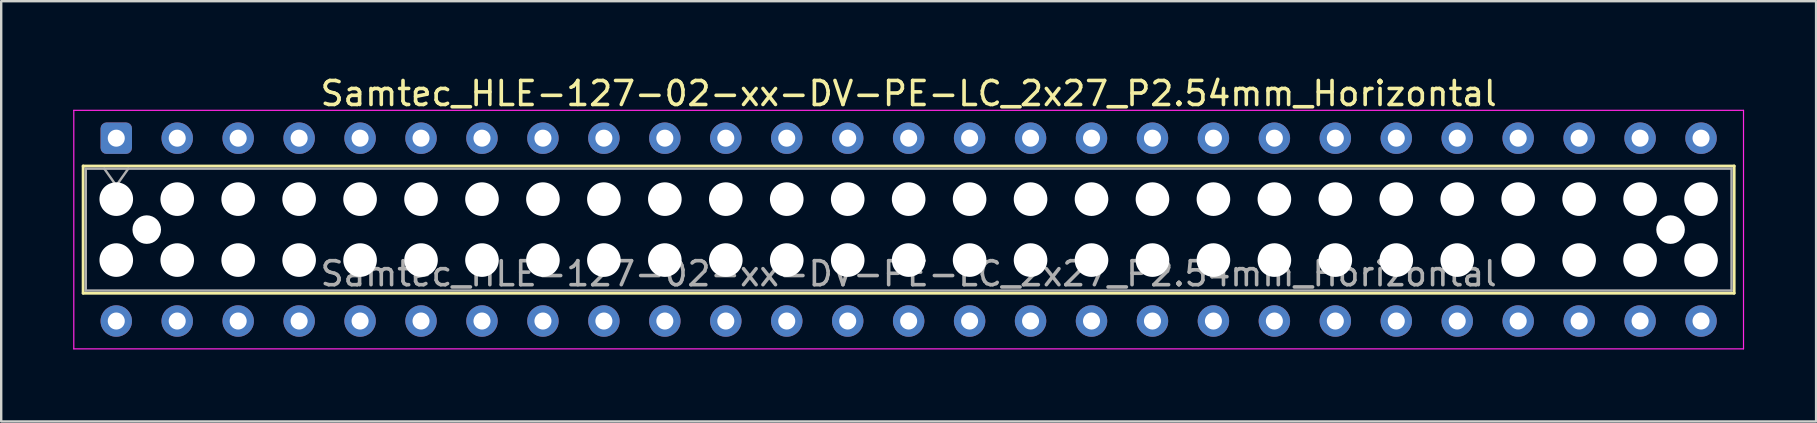
<source format=kicad_pcb>
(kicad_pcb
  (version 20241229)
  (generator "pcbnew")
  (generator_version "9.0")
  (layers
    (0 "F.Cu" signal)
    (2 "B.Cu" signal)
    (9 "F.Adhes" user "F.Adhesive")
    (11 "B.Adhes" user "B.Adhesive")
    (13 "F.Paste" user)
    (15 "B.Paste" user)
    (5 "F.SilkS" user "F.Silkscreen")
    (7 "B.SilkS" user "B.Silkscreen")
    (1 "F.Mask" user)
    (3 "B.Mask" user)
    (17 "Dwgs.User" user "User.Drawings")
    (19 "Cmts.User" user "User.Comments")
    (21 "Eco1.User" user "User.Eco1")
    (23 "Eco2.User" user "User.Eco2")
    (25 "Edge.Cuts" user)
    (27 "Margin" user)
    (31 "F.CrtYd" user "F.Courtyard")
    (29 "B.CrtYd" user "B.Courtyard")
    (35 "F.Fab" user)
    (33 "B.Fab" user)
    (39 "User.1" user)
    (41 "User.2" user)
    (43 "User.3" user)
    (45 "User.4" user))
  (footprint "Samtec_HLE-127-02-xx-DV-PE-LC_2x27_P2.54mm_Horizontal"
    (layer "F.Cu")
    (at 1.795 2.708)
    (property "Reference" "Samtec_HLE-127-02-xx-DV-PE-LC_2x27_P2.54mm_Horizontal" (at 33.02 -1.86 0) (layer "F.SilkS") (effects (font (size 1 1) (thickness 0.15))))
    (attr through_hole)
    (fp_line (start -1.38 1.16) (end 67.42 1.16) (stroke (width 0.12) (type solid)) (layer "F.SilkS"))
    (fp_line (start -1.38 6.46) (end -1.38 1.16) (stroke (width 0.12) (type solid)) (layer "F.SilkS"))
    (fp_line (start 67.42 1.16) (end 67.42 6.46) (stroke (width 0.12) (type solid)) (layer "F.SilkS"))
    (fp_line (start 67.42 6.46) (end -1.38 6.46) (stroke (width 0.12) (type solid)) (layer "F.SilkS"))
    (fp_line (start -1.77 -1.16) (end 67.81 -1.16) (stroke (width 0.05) (type solid)) (layer "F.CrtYd"))
    (fp_line (start -1.77 8.78) (end -1.77 -1.16) (stroke (width 0.05) (type solid)) (layer "F.CrtYd"))
    (fp_line (start 67.81 -1.16) (end 67.81 8.78) (stroke (width 0.05) (type solid)) (layer "F.CrtYd"))
    (fp_line (start 67.81 8.78) (end -1.77 8.78) (stroke (width 0.05) (type solid)) (layer "F.CrtYd"))
    (fp_line (start -1.27 1.27) (end 67.31 1.27) (stroke (width 0.1) (type solid)) (layer "F.Fab"))
    (fp_line (start -1.27 6.35) (end -1.27 1.27) (stroke (width 0.1) (type solid)) (layer "F.Fab"))
    (fp_line (start -0.5 1.27) (end 0 1.977) (stroke (width 0.1) (type solid)) (layer "F.Fab"))
    (fp_line (start 0 1.977) (end 0.5 1.27) (stroke (width 0.1) (type solid)) (layer "F.Fab"))
    (fp_line (start 67.31 1.27) (end 67.31 6.35) (stroke (width 0.1) (type solid)) (layer "F.Fab"))
    (fp_line (start 67.31 6.35) (end -1.27 6.35) (stroke (width 0.1) (type solid)) (layer "F.Fab"))
    (fp_text user "${REFERENCE}" (at 33.02 5.65 0) (layer "F.Fab") (effects (font (size 1 1) (thickness 0.15))))
    (pad "" np_thru_hole circle (at 0 2.54) (size 1.4 1.4) (drill 1.4) (layers "*.Cu" "*.Mask"))
    (pad "" np_thru_hole circle (at 0 5.08) (size 1.4 1.4) (drill 1.4) (layers "*.Cu" "*.Mask"))
    (pad "" np_thru_hole circle (at 1.27 3.81) (size 1.19 1.19) (drill 1.19) (layers "*.Cu" "*.Mask"))
    (pad "" np_thru_hole circle (at 2.54 2.54) (size 1.4 1.4) (drill 1.4) (layers "*.Cu" "*.Mask"))
    (pad "" np_thru_hole circle (at 2.54 5.08) (size 1.4 1.4) (drill 1.4) (layers "*.Cu" "*.Mask"))
    (pad "" np_thru_hole circle (at 5.08 2.54) (size 1.4 1.4) (drill 1.4) (layers "*.Cu" "*.Mask"))
    (pad "" np_thru_hole circle (at 5.08 5.08) (size 1.4 1.4) (drill 1.4) (layers "*.Cu" "*.Mask"))
    (pad "" np_thru_hole circle (at 7.62 2.54) (size 1.4 1.4) (drill 1.4) (layers "*.Cu" "*.Mask"))
    (pad "" np_thru_hole circle (at 7.62 5.08) (size 1.4 1.4) (drill 1.4) (layers "*.Cu" "*.Mask"))
    (pad "" np_thru_hole circle (at 10.16 2.54) (size 1.4 1.4) (drill 1.4) (layers "*.Cu" "*.Mask"))
    (pad "" np_thru_hole circle (at 10.16 5.08) (size 1.4 1.4) (drill 1.4) (layers "*.Cu" "*.Mask"))
    (pad "" np_thru_hole circle (at 12.7 2.54) (size 1.4 1.4) (drill 1.4) (layers "*.Cu" "*.Mask"))
    (pad "" np_thru_hole circle (at 12.7 5.08) (size 1.4 1.4) (drill 1.4) (layers "*.Cu" "*.Mask"))
    (pad "" np_thru_hole circle (at 15.24 2.54) (size 1.4 1.4) (drill 1.4) (layers "*.Cu" "*.Mask"))
    (pad "" np_thru_hole circle (at 15.24 5.08) (size 1.4 1.4) (drill 1.4) (layers "*.Cu" "*.Mask"))
    (pad "" np_thru_hole circle (at 17.78 2.54) (size 1.4 1.4) (drill 1.4) (layers "*.Cu" "*.Mask"))
    (pad "" np_thru_hole circle (at 17.78 5.08) (size 1.4 1.4) (drill 1.4) (layers "*.Cu" "*.Mask"))
    (pad "" np_thru_hole circle (at 20.32 2.54) (size 1.4 1.4) (drill 1.4) (layers "*.Cu" "*.Mask"))
    (pad "" np_thru_hole circle (at 20.32 5.08) (size 1.4 1.4) (drill 1.4) (layers "*.Cu" "*.Mask"))
    (pad "" np_thru_hole circle (at 22.86 2.54) (size 1.4 1.4) (drill 1.4) (layers "*.Cu" "*.Mask"))
    (pad "" np_thru_hole circle (at 22.86 5.08) (size 1.4 1.4) (drill 1.4) (layers "*.Cu" "*.Mask"))
    (pad "" np_thru_hole circle (at 25.4 2.54) (size 1.4 1.4) (drill 1.4) (layers "*.Cu" "*.Mask"))
    (pad "" np_thru_hole circle (at 25.4 5.08) (size 1.4 1.4) (drill 1.4) (layers "*.Cu" "*.Mask"))
    (pad "" np_thru_hole circle (at 27.94 2.54) (size 1.4 1.4) (drill 1.4) (layers "*.Cu" "*.Mask"))
    (pad "" np_thru_hole circle (at 27.94 5.08) (size 1.4 1.4) (drill 1.4) (layers "*.Cu" "*.Mask"))
    (pad "" np_thru_hole circle (at 30.48 2.54) (size 1.4 1.4) (drill 1.4) (layers "*.Cu" "*.Mask"))
    (pad "" np_thru_hole circle (at 30.48 5.08) (size 1.4 1.4) (drill 1.4) (layers "*.Cu" "*.Mask"))
    (pad "" np_thru_hole circle (at 33.02 2.54) (size 1.4 1.4) (drill 1.4) (layers "*.Cu" "*.Mask"))
    (pad "" np_thru_hole circle (at 33.02 5.08) (size 1.4 1.4) (drill 1.4) (layers "*.Cu" "*.Mask"))
    (pad "" np_thru_hole circle (at 35.56 2.54) (size 1.4 1.4) (drill 1.4) (layers "*.Cu" "*.Mask"))
    (pad "" np_thru_hole circle (at 35.56 5.08) (size 1.4 1.4) (drill 1.4) (layers "*.Cu" "*.Mask"))
    (pad "" np_thru_hole circle (at 38.1 2.54) (size 1.4 1.4) (drill 1.4) (layers "*.Cu" "*.Mask"))
    (pad "" np_thru_hole circle (at 38.1 5.08) (size 1.4 1.4) (drill 1.4) (layers "*.Cu" "*.Mask"))
    (pad "" np_thru_hole circle (at 40.64 2.54) (size 1.4 1.4) (drill 1.4) (layers "*.Cu" "*.Mask"))
    (pad "" np_thru_hole circle (at 40.64 5.08) (size 1.4 1.4) (drill 1.4) (layers "*.Cu" "*.Mask"))
    (pad "" np_thru_hole circle (at 43.18 2.54) (size 1.4 1.4) (drill 1.4) (layers "*.Cu" "*.Mask"))
    (pad "" np_thru_hole circle (at 43.18 5.08) (size 1.4 1.4) (drill 1.4) (layers "*.Cu" "*.Mask"))
    (pad "" np_thru_hole circle (at 45.72 2.54) (size 1.4 1.4) (drill 1.4) (layers "*.Cu" "*.Mask"))
    (pad "" np_thru_hole circle (at 45.72 5.08) (size 1.4 1.4) (drill 1.4) (layers "*.Cu" "*.Mask"))
    (pad "" np_thru_hole circle (at 48.26 2.54) (size 1.4 1.4) (drill 1.4) (layers "*.Cu" "*.Mask"))
    (pad "" np_thru_hole circle (at 48.26 5.08) (size 1.4 1.4) (drill 1.4) (layers "*.Cu" "*.Mask"))
    (pad "" np_thru_hole circle (at 50.8 2.54) (size 1.4 1.4) (drill 1.4) (layers "*.Cu" "*.Mask"))
    (pad "" np_thru_hole circle (at 50.8 5.08) (size 1.4 1.4) (drill 1.4) (layers "*.Cu" "*.Mask"))
    (pad "" np_thru_hole circle (at 53.34 2.54) (size 1.4 1.4) (drill 1.4) (layers "*.Cu" "*.Mask"))
    (pad "" np_thru_hole circle (at 53.34 5.08) (size 1.4 1.4) (drill 1.4) (layers "*.Cu" "*.Mask"))
    (pad "" np_thru_hole circle (at 55.88 2.54) (size 1.4 1.4) (drill 1.4) (layers "*.Cu" "*.Mask"))
    (pad "" np_thru_hole circle (at 55.88 5.08) (size 1.4 1.4) (drill 1.4) (layers "*.Cu" "*.Mask"))
    (pad "" np_thru_hole circle (at 58.42 2.54) (size 1.4 1.4) (drill 1.4) (layers "*.Cu" "*.Mask"))
    (pad "" np_thru_hole circle (at 58.42 5.08) (size 1.4 1.4) (drill 1.4) (layers "*.Cu" "*.Mask"))
    (pad "" np_thru_hole circle (at 60.96 2.54) (size 1.4 1.4) (drill 1.4) (layers "*.Cu" "*.Mask"))
    (pad "" np_thru_hole circle (at 60.96 5.08) (size 1.4 1.4) (drill 1.4) (layers "*.Cu" "*.Mask"))
    (pad "" np_thru_hole circle (at 63.5 2.54) (size 1.4 1.4) (drill 1.4) (layers "*.Cu" "*.Mask"))
    (pad "" np_thru_hole circle (at 63.5 5.08) (size 1.4 1.4) (drill 1.4) (layers "*.Cu" "*.Mask"))
    (pad "" np_thru_hole circle (at 64.77 3.81) (size 1.19 1.19) (drill 1.19) (layers "*.Cu" "*.Mask"))
    (pad "" np_thru_hole circle (at 66.04 2.54) (size 1.4 1.4) (drill 1.4) (layers "*.Cu" "*.Mask"))
    (pad "" np_thru_hole circle (at 66.04 5.08) (size 1.4 1.4) (drill 1.4) (layers "*.Cu" "*.Mask"))
    (pad "1" thru_hole roundrect (at 0 0) (size 1.31 1.31) (drill 0.71) (layers "*.Cu" "*.Mask") (roundrect_rratio 0.191))
    (pad "2" thru_hole circle (at 0 7.62) (size 1.31 1.31) (drill 0.71) (layers "*.Cu" "*.Mask"))
    (pad "3" thru_hole circle (at 2.54 0) (size 1.31 1.31) (drill 0.71) (layers "*.Cu" "*.Mask"))
    (pad "4" thru_hole circle (at 2.54 7.62) (size 1.31 1.31) (drill 0.71) (layers "*.Cu" "*.Mask"))
    (pad "5" thru_hole circle (at 5.08 0) (size 1.31 1.31) (drill 0.71) (layers "*.Cu" "*.Mask"))
    (pad "6" thru_hole circle (at 5.08 7.62) (size 1.31 1.31) (drill 0.71) (layers "*.Cu" "*.Mask"))
    (pad "7" thru_hole circle (at 7.62 0) (size 1.31 1.31) (drill 0.71) (layers "*.Cu" "*.Mask"))
    (pad "8" thru_hole circle (at 7.62 7.62) (size 1.31 1.31) (drill 0.71) (layers "*.Cu" "*.Mask"))
    (pad "9" thru_hole circle (at 10.16 0) (size 1.31 1.31) (drill 0.71) (layers "*.Cu" "*.Mask"))
    (pad "10" thru_hole circle (at 10.16 7.62) (size 1.31 1.31) (drill 0.71) (layers "*.Cu" "*.Mask"))
    (pad "11" thru_hole circle (at 12.7 0) (size 1.31 1.31) (drill 0.71) (layers "*.Cu" "*.Mask"))
    (pad "12" thru_hole circle (at 12.7 7.62) (size 1.31 1.31) (drill 0.71) (layers "*.Cu" "*.Mask"))
    (pad "13" thru_hole circle (at 15.24 0) (size 1.31 1.31) (drill 0.71) (layers "*.Cu" "*.Mask"))
    (pad "14" thru_hole circle (at 15.24 7.62) (size 1.31 1.31) (drill 0.71) (layers "*.Cu" "*.Mask"))
    (pad "15" thru_hole circle (at 17.78 0) (size 1.31 1.31) (drill 0.71) (layers "*.Cu" "*.Mask"))
    (pad "16" thru_hole circle (at 17.78 7.62) (size 1.31 1.31) (drill 0.71) (layers "*.Cu" "*.Mask"))
    (pad "17" thru_hole circle (at 20.32 0) (size 1.31 1.31) (drill 0.71) (layers "*.Cu" "*.Mask"))
    (pad "18" thru_hole circle (at 20.32 7.62) (size 1.31 1.31) (drill 0.71) (layers "*.Cu" "*.Mask"))
    (pad "19" thru_hole circle (at 22.86 0) (size 1.31 1.31) (drill 0.71) (layers "*.Cu" "*.Mask"))
    (pad "20" thru_hole circle (at 22.86 7.62) (size 1.31 1.31) (drill 0.71) (layers "*.Cu" "*.Mask"))
    (pad "21" thru_hole circle (at 25.4 0) (size 1.31 1.31) (drill 0.71) (layers "*.Cu" "*.Mask"))
    (pad "22" thru_hole circle (at 25.4 7.62) (size 1.31 1.31) (drill 0.71) (layers "*.Cu" "*.Mask"))
    (pad "23" thru_hole circle (at 27.94 0) (size 1.31 1.31) (drill 0.71) (layers "*.Cu" "*.Mask"))
    (pad "24" thru_hole circle (at 27.94 7.62) (size 1.31 1.31) (drill 0.71) (layers "*.Cu" "*.Mask"))
    (pad "25" thru_hole circle (at 30.48 0) (size 1.31 1.31) (drill 0.71) (layers "*.Cu" "*.Mask"))
    (pad "26" thru_hole circle (at 30.48 7.62) (size 1.31 1.31) (drill 0.71) (layers "*.Cu" "*.Mask"))
    (pad "27" thru_hole circle (at 33.02 0) (size 1.31 1.31) (drill 0.71) (layers "*.Cu" "*.Mask"))
    (pad "28" thru_hole circle (at 33.02 7.62) (size 1.31 1.31) (drill 0.71) (layers "*.Cu" "*.Mask"))
    (pad "29" thru_hole circle (at 35.56 0) (size 1.31 1.31) (drill 0.71) (layers "*.Cu" "*.Mask"))
    (pad "30" thru_hole circle (at 35.56 7.62) (size 1.31 1.31) (drill 0.71) (layers "*.Cu" "*.Mask"))
    (pad "31" thru_hole circle (at 38.1 0) (size 1.31 1.31) (drill 0.71) (layers "*.Cu" "*.Mask"))
    (pad "32" thru_hole circle (at 38.1 7.62) (size 1.31 1.31) (drill 0.71) (layers "*.Cu" "*.Mask"))
    (pad "33" thru_hole circle (at 40.64 0) (size 1.31 1.31) (drill 0.71) (layers "*.Cu" "*.Mask"))
    (pad "34" thru_hole circle (at 40.64 7.62) (size 1.31 1.31) (drill 0.71) (layers "*.Cu" "*.Mask"))
    (pad "35" thru_hole circle (at 43.18 0) (size 1.31 1.31) (drill 0.71) (layers "*.Cu" "*.Mask"))
    (pad "36" thru_hole circle (at 43.18 7.62) (size 1.31 1.31) (drill 0.71) (layers "*.Cu" "*.Mask"))
    (pad "37" thru_hole circle (at 45.72 0) (size 1.31 1.31) (drill 0.71) (layers "*.Cu" "*.Mask"))
    (pad "38" thru_hole circle (at 45.72 7.62) (size 1.31 1.31) (drill 0.71) (layers "*.Cu" "*.Mask"))
    (pad "39" thru_hole circle (at 48.26 0) (size 1.31 1.31) (drill 0.71) (layers "*.Cu" "*.Mask"))
    (pad "40" thru_hole circle (at 48.26 7.62) (size 1.31 1.31) (drill 0.71) (layers "*.Cu" "*.Mask"))
    (pad "41" thru_hole circle (at 50.8 0) (size 1.31 1.31) (drill 0.71) (layers "*.Cu" "*.Mask"))
    (pad "42" thru_hole circle (at 50.8 7.62) (size 1.31 1.31) (drill 0.71) (layers "*.Cu" "*.Mask"))
    (pad "43" thru_hole circle (at 53.34 0) (size 1.31 1.31) (drill 0.71) (layers "*.Cu" "*.Mask"))
    (pad "44" thru_hole circle (at 53.34 7.62) (size 1.31 1.31) (drill 0.71) (layers "*.Cu" "*.Mask"))
    (pad "45" thru_hole circle (at 55.88 0) (size 1.31 1.31) (drill 0.71) (layers "*.Cu" "*.Mask"))
    (pad "46" thru_hole circle (at 55.88 7.62) (size 1.31 1.31) (drill 0.71) (layers "*.Cu" "*.Mask"))
    (pad "47" thru_hole circle (at 58.42 0) (size 1.31 1.31) (drill 0.71) (layers "*.Cu" "*.Mask"))
    (pad "48" thru_hole circle (at 58.42 7.62) (size 1.31 1.31) (drill 0.71) (layers "*.Cu" "*.Mask"))
    (pad "49" thru_hole circle (at 60.96 0) (size 1.31 1.31) (drill 0.71) (layers "*.Cu" "*.Mask"))
    (pad "50" thru_hole circle (at 60.96 7.62) (size 1.31 1.31) (drill 0.71) (layers "*.Cu" "*.Mask"))
    (pad "51" thru_hole circle (at 63.5 0) (size 1.31 1.31) (drill 0.71) (layers "*.Cu" "*.Mask"))
    (pad "52" thru_hole circle (at 63.5 7.62) (size 1.31 1.31) (drill 0.71) (layers "*.Cu" "*.Mask"))
    (pad "53" thru_hole circle (at 66.04 0) (size 1.31 1.31) (drill 0.71) (layers "*.Cu" "*.Mask"))
    (pad "54" thru_hole circle (at 66.04 7.62) (size 1.31 1.31) (drill 0.71) (layers "*.Cu" "*.Mask")))
  (gr_rect
    (start -3 -3)
    (end 72.63 14.513)
    (stroke (width 0.1) (type default))
    (fill no)
    (layer "Edge.Cuts")))
</source>
